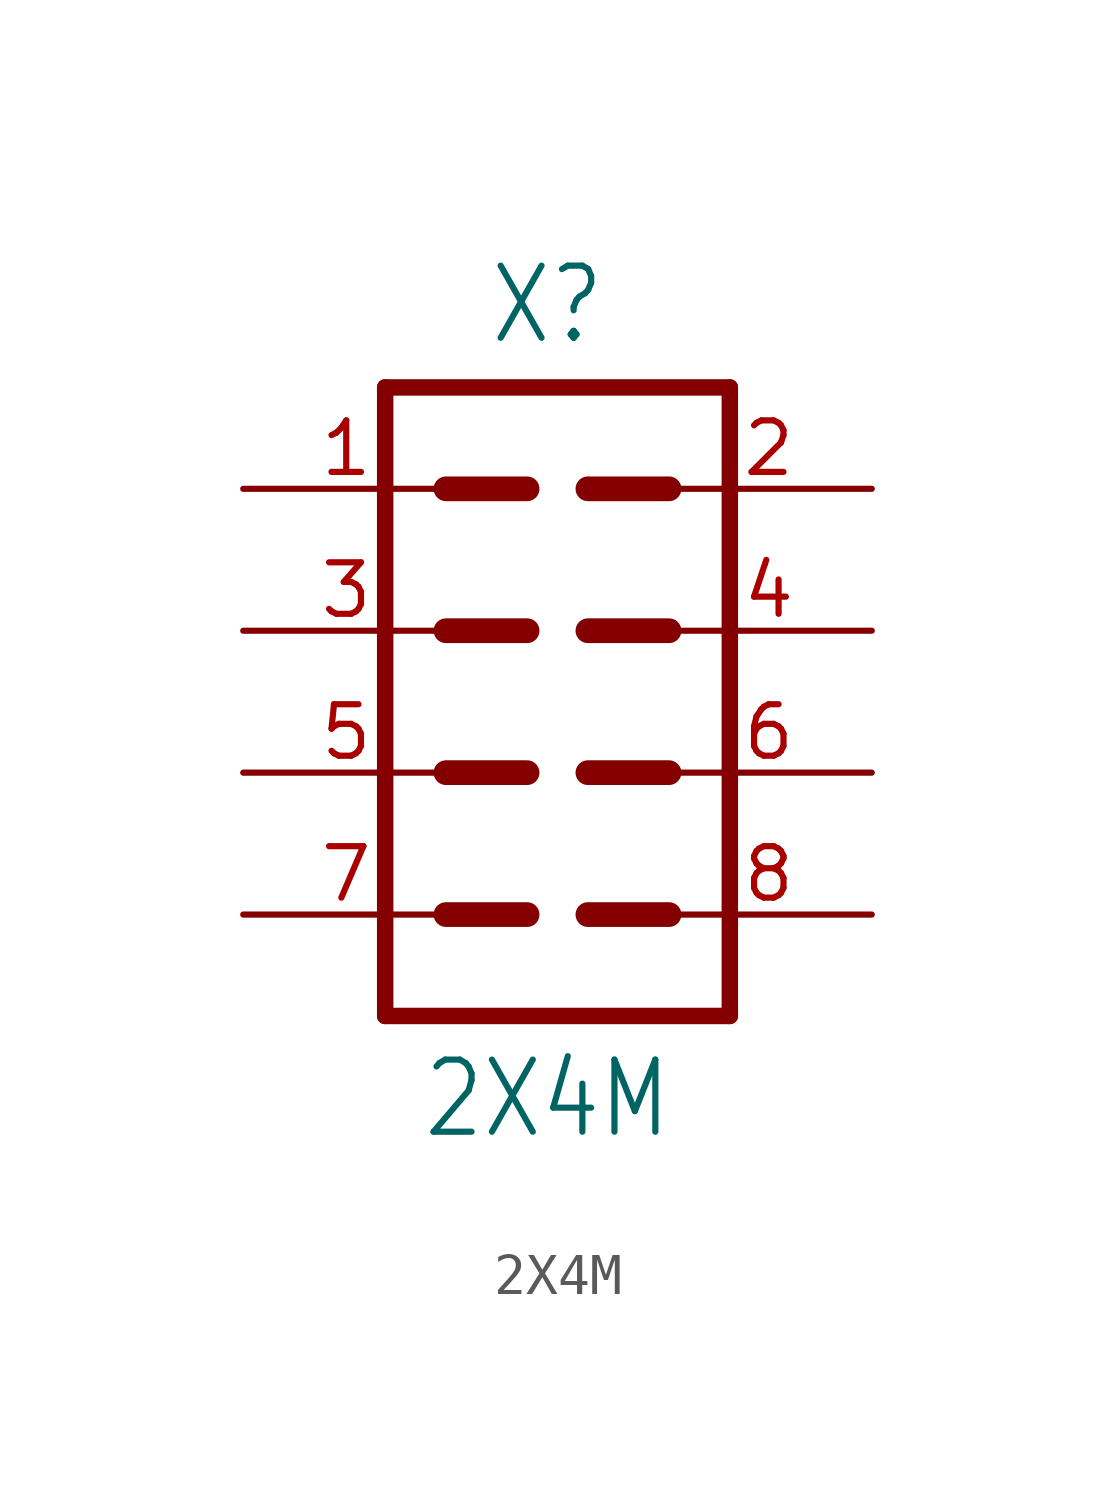
<source format=kicad_sym>
(kicad_symbol_lib
  (version 20211014)
  (generator kicad_symbol_editor)
  (symbol "2X4M"
    (property "Reference" "X"
      (at 0 7 0)
      (effects (font (size 1.778 1.511)) (justify bottom)))
    (property "Value" "2X4M"
      (at 0 -10.5 0)
      (effects (font (size 1.778 1.511)) (justify top)))
    (property "ki_locked" ""
      (at 0 0 0)
      (effects (font (size 1.27 1.27))))
    (symbol "2X4M_1_0"
      (polyline (pts (xy -4 6) (xy -4 -9.5)) (stroke (width 0.406) (type default) (color 0 0 0 0)) (fill (type none)))
      (polyline (pts (xy -4 6) (xy 4.5 6)) (stroke (width 0.406) (type default) (color 0 0 0 0)) (fill (type none)))
      (polyline (pts (xy -2.5 -7) (xy -0.5 -7)) (stroke (width 0.61) (type default) (color 0 0 0 0)) (fill (type none)))
      (polyline (pts (xy -2.5 -3.5) (xy -0.5 -3.5)) (stroke (width 0.61) (type default) (color 0 0 0 0)) (fill (type none)))
      (polyline (pts (xy -2.5 0) (xy -0.5 0)) (stroke (width 0.61) (type default) (color 0 0 0 0)) (fill (type none)))
      (polyline (pts (xy -2.5 3.5) (xy -0.5 3.5)) (stroke (width 0.61) (type default) (color 0 0 0 0)) (fill (type none)))
      (polyline (pts (xy 1 -7) (xy 3 -7)) (stroke (width 0.61) (type default) (color 0 0 0 0)) (fill (type none)))
      (polyline (pts (xy 1 -3.5) (xy 3 -3.5)) (stroke (width 0.61) (type default) (color 0 0 0 0)) (fill (type none)))
      (polyline (pts (xy 1 0) (xy 3 0)) (stroke (width 0.61) (type default) (color 0 0 0 0)) (fill (type none)))
      (polyline (pts (xy 1 3.5) (xy 3 3.5)) (stroke (width 0.61) (type default) (color 0 0 0 0)) (fill (type none)))
      (polyline (pts (xy 4.5 -9.5) (xy -4 -9.5)) (stroke (width 0.406) (type default) (color 0 0 0 0)) (fill (type none)))
      (polyline (pts (xy 4.5 -9.5) (xy 4.5 6)) (stroke (width 0.406) (type default) (color 0 0 0 0)) (fill (type none)))
      (pin bidirectional line (at -7.5 3.5 0) (length 5.08) (name "1" (effects (font (size 0 0)))) (number "1" (effects (font (size 1.27 1.27)))))
      (pin bidirectional line (at 8 3.5 180) (length 5.08) (name "2" (effects (font (size 0 0)))) (number "2" (effects (font (size 1.27 1.27)))))
      (pin bidirectional line (at -7.5 0 0) (length 5.08) (name "3" (effects (font (size 0 0)))) (number "3" (effects (font (size 1.27 1.27)))))
      (pin bidirectional line (at 8 0 180) (length 5.08) (name "4" (effects (font (size 0 0)))) (number "4" (effects (font (size 1.27 1.27)))))
      (pin bidirectional line (at -7.5 -3.5 0) (length 5.08) (name "5" (effects (font (size 0 0)))) (number "5" (effects (font (size 1.27 1.27)))))
      (pin bidirectional line (at 8 -3.5 180) (length 5.08) (name "6" (effects (font (size 0 0)))) (number "6" (effects (font (size 1.27 1.27)))))
      (pin bidirectional line (at -7.5 -7 0) (length 5.08) (name "7" (effects (font (size 0 0)))) (number "7" (effects (font (size 1.27 1.27)))))
      (pin bidirectional line (at 8 -7 180) (length 5.08) (name "8" (effects (font (size 0 0)))) (number "8" (effects (font (size 1.27 1.27))))))))
</source>
